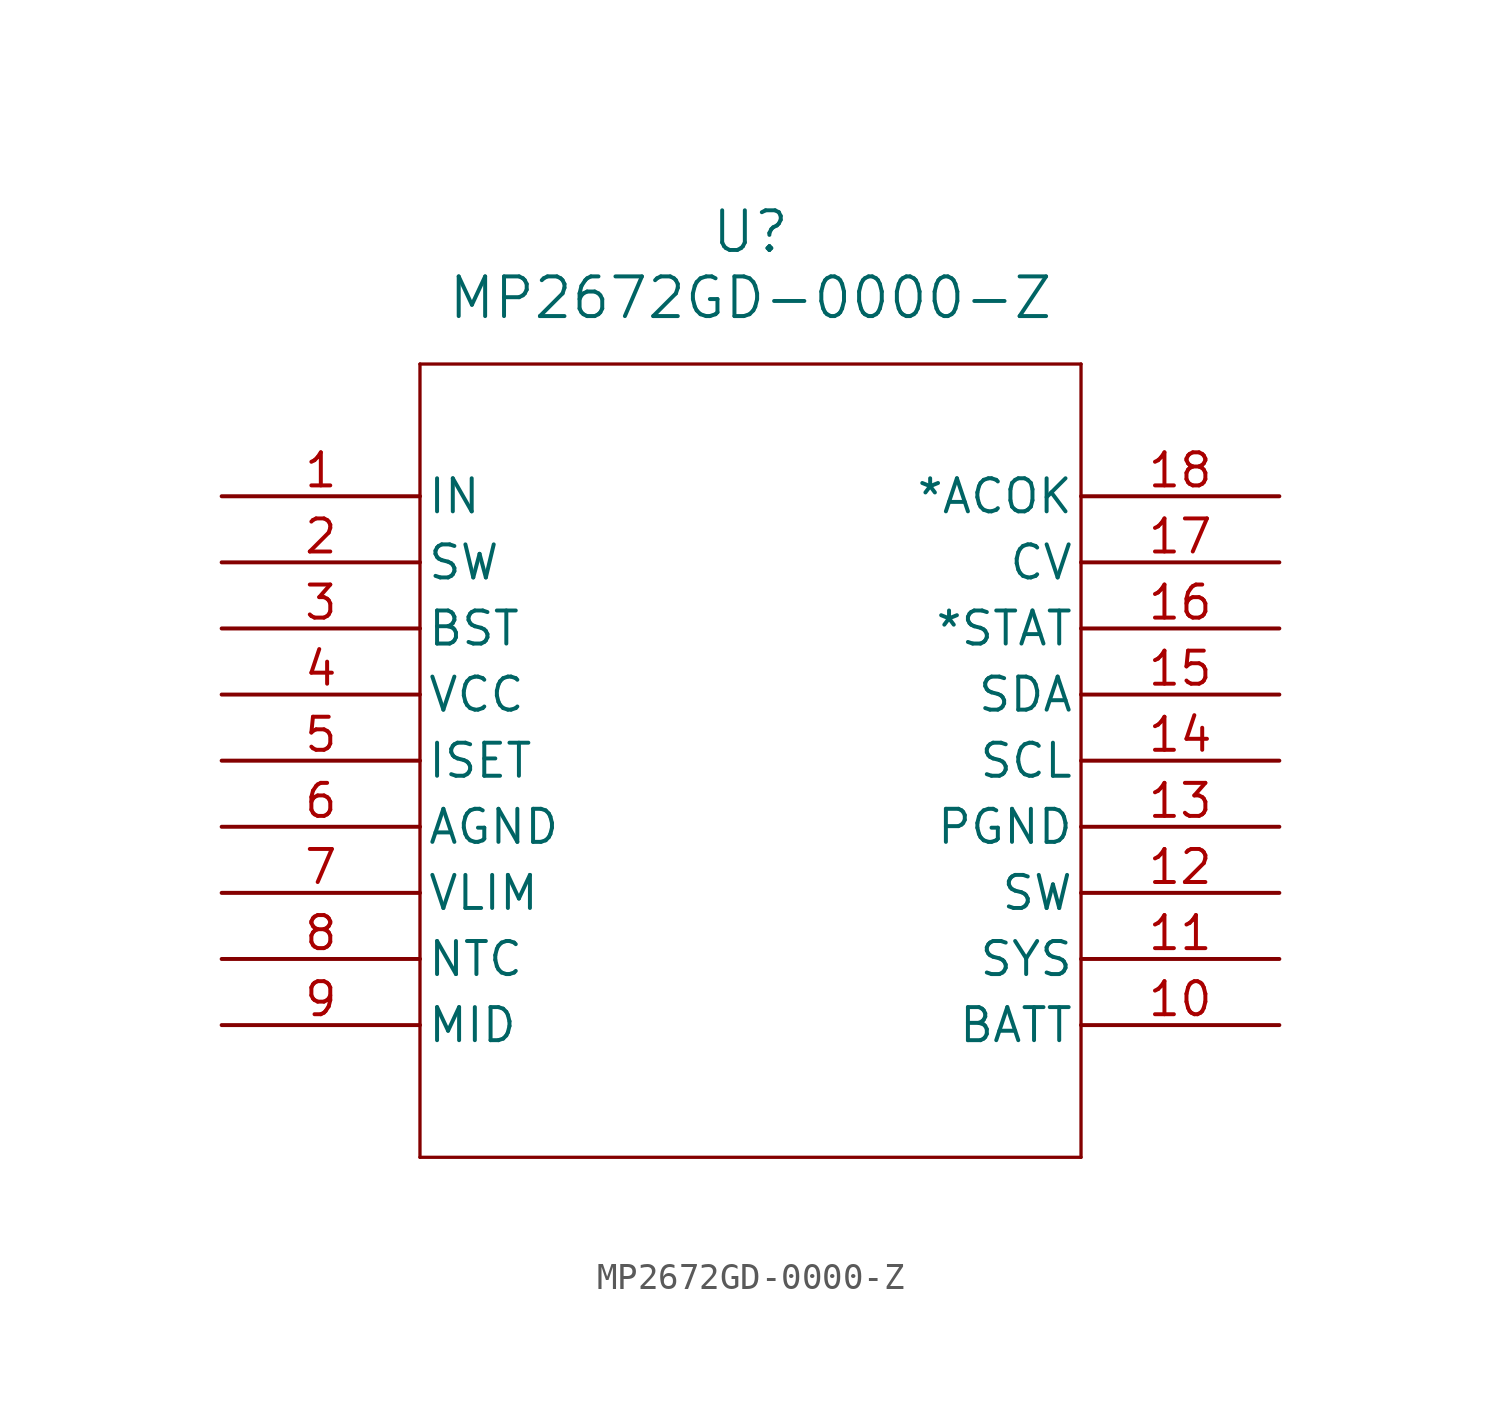
<source format=kicad_sym>
(kicad_symbol_lib
  (version 20211014)
  (generator kicad_symbol_editor)
  (symbol "MP2672GD-0000-Z"
    (pin_names
      (offset 0.254))
    (property "Reference" "U"
      (at 20.32 10.16 0)
      (effects (font (size 1.524 1.524))))
    (property "Value" "MP2672GD-0000-Z"
      (at 20.32 7.62 0)
      (effects (font (size 1.524 1.524))))
    (symbol "MP2672GD-0000-Z_0_1"
      (polyline (pts (xy 7.62 5.08) (xy 7.62 -25.4)) (stroke (width 0.127) (type default) (color 0 0 0 0)) (fill (type none)))
      (polyline (pts (xy 7.62 -25.4) (xy 33.02 -25.4)) (stroke (width 0.127) (type default) (color 0 0 0 0)) (fill (type none)))
      (polyline (pts (xy 33.02 -25.4) (xy 33.02 5.08)) (stroke (width 0.127) (type default) (color 0 0 0 0)) (fill (type none)))
      (polyline (pts (xy 33.02 5.08) (xy 7.62 5.08)) (stroke (width 0.127) (type default) (color 0 0 0 0)) (fill (type none)))
      (pin power_in line (at 0 0 0) (length 7.62) (name "IN" (effects (font (size 1.27 1.27)))) (number "1" (effects (font (size 1.27 1.27)))))
      (pin power_in line (at 0 -2.54 0) (length 7.62) (name "SW" (effects (font (size 1.27 1.27)))) (number "2" (effects (font (size 1.27 1.27)))))
      (pin power_in line (at 0 -5.08 0) (length 7.62) (name "BST" (effects (font (size 1.27 1.27)))) (number "3" (effects (font (size 1.27 1.27)))))
      (pin power_in line (at 0 -7.62 0) (length 7.62) (name "VCC" (effects (font (size 1.27 1.27)))) (number "4" (effects (font (size 1.27 1.27)))))
      (pin input line (at 0 -10.16 0) (length 7.62) (name "ISET" (effects (font (size 1.27 1.27)))) (number "5" (effects (font (size 1.27 1.27)))))
      (pin power_in line (at 0 -12.7 0) (length 7.62) (name "AGND" (effects (font (size 1.27 1.27)))) (number "6" (effects (font (size 1.27 1.27)))))
      (pin input line (at 0 -15.24 0) (length 7.62) (name "VLIM" (effects (font (size 1.27 1.27)))) (number "7" (effects (font (size 1.27 1.27)))))
      (pin input line (at 0 -17.78 0) (length 7.62) (name "NTC" (effects (font (size 1.27 1.27)))) (number "8" (effects (font (size 1.27 1.27)))))
      (pin power_in line (at 0 -20.32 0) (length 7.62) (name "MID" (effects (font (size 1.27 1.27)))) (number "9" (effects (font (size 1.27 1.27)))))
      (pin power_in line (at 40.64 -20.32 180) (length 7.62) (name "BATT" (effects (font (size 1.27 1.27)))) (number "10" (effects (font (size 1.27 1.27)))))
      (pin power_in line (at 40.64 -17.78 180) (length 7.62) (name "SYS" (effects (font (size 1.27 1.27)))) (number "11" (effects (font (size 1.27 1.27)))))
      (pin power_in line (at 40.64 -15.24 180) (length 7.62) (name "SW" (effects (font (size 1.27 1.27)))) (number "12" (effects (font (size 1.27 1.27)))))
      (pin power_in line (at 40.64 -12.7 180) (length 7.62) (name "PGND" (effects (font (size 1.27 1.27)))) (number "13" (effects (font (size 1.27 1.27)))))
      (pin input line (at 40.64 -10.16 180) (length 7.62) (name "SCL" (effects (font (size 1.27 1.27)))) (number "14" (effects (font (size 1.27 1.27)))))
      (pin bidirectional line (at 40.64 -7.62 180) (length 7.62) (name "SDA" (effects (font (size 1.27 1.27)))) (number "15" (effects (font (size 1.27 1.27)))))
      (pin output line (at 40.64 -5.08 180) (length 7.62) (name "*STAT" (effects (font (size 1.27 1.27)))) (number "16" (effects (font (size 1.27 1.27)))))
      (pin input line (at 40.64 -2.54 180) (length 7.62) (name "CV" (effects (font (size 1.27 1.27)))) (number "17" (effects (font (size 1.27 1.27)))))
      (pin output line (at 40.64 0 180) (length 7.62) (name "*ACOK" (effects (font (size 1.27 1.27)))) (number "18" (effects (font (size 1.27 1.27))))))))
</source>
